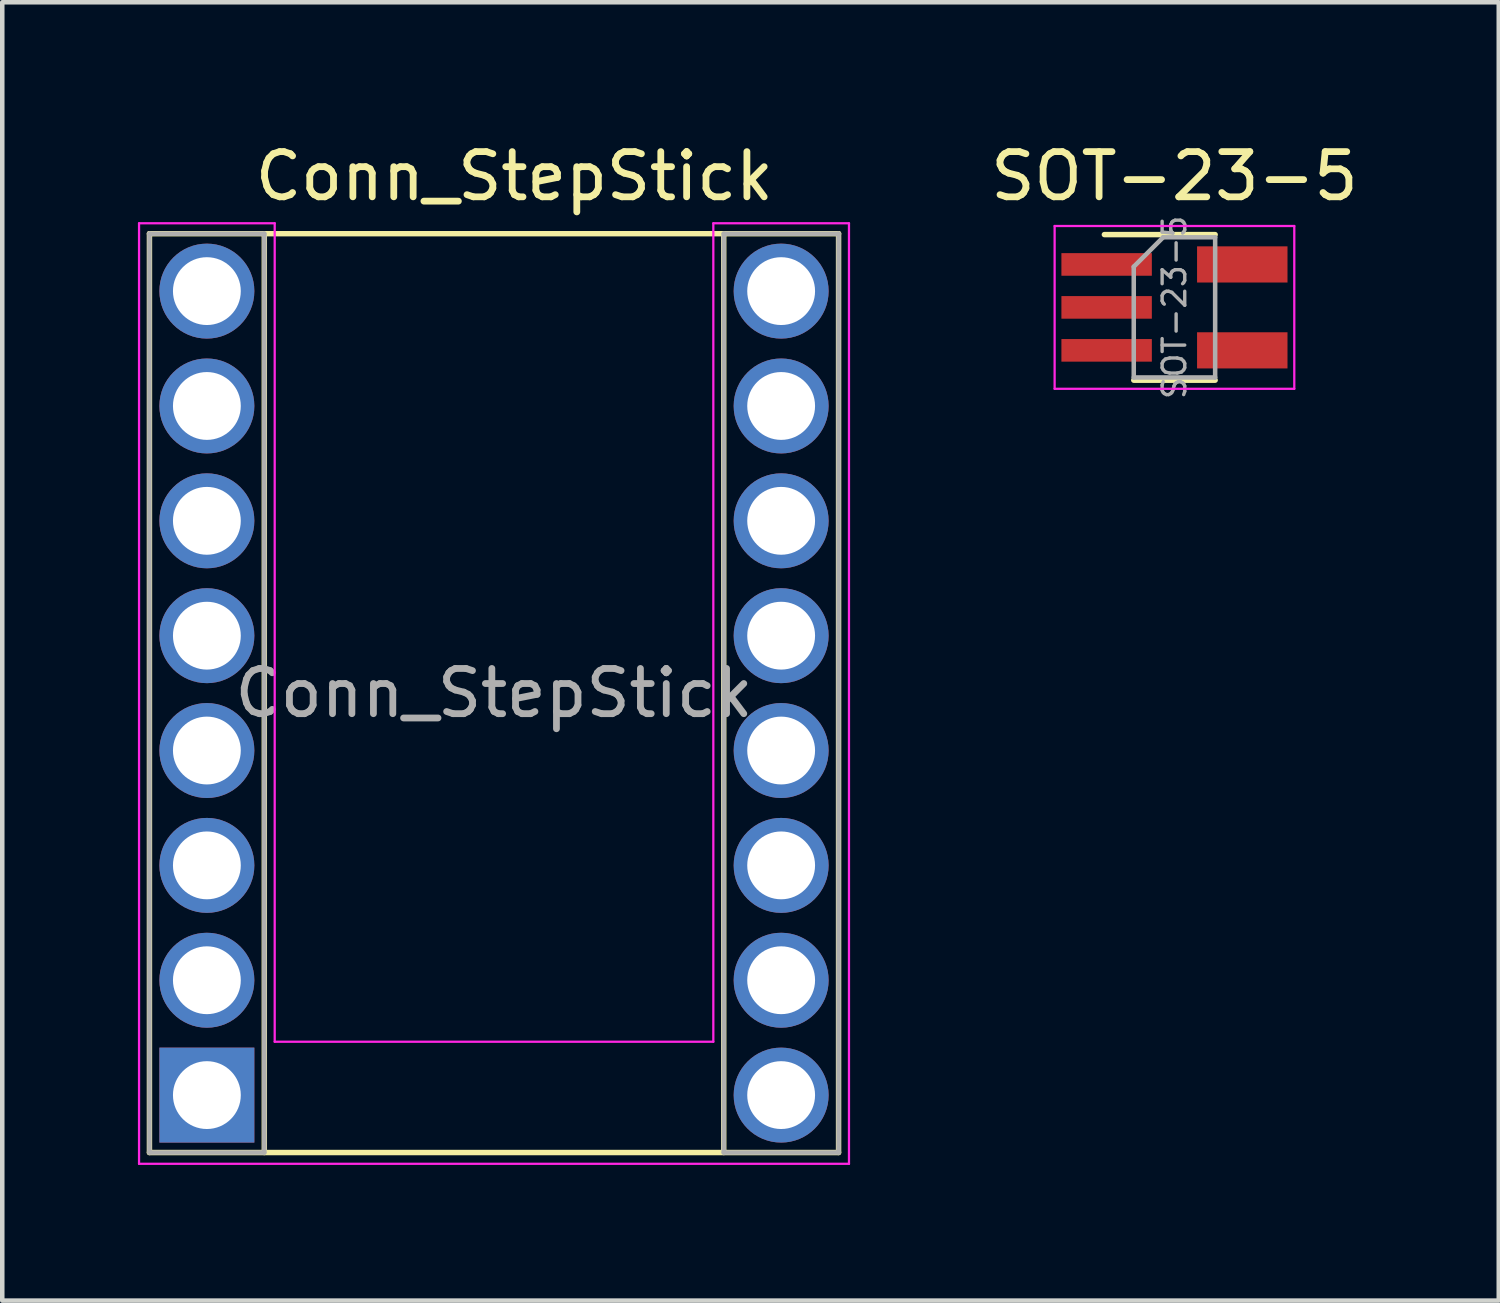
<source format=kicad_pcb>
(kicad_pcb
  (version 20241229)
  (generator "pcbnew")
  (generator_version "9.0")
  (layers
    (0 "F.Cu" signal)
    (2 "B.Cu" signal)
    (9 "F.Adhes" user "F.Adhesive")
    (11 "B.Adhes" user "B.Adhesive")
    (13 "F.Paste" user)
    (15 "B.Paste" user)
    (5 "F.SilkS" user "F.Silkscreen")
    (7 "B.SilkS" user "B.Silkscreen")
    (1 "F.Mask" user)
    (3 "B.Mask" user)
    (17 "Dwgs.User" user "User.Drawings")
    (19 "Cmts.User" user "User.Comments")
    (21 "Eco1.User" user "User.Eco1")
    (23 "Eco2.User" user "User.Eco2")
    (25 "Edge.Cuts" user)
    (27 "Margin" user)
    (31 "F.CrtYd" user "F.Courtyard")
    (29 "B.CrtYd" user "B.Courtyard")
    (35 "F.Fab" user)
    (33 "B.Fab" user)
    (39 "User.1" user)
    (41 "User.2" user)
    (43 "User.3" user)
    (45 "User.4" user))
  (footprint "Conn_StepStick"
    (layer "F.Cu")
    (at 1.525 21.168)
    (property "Reference" "Conn_StepStick" (at 6.8 -20.32 0) (layer "F.SilkS") (effects (font (size 1 1) (thickness 0.15))))
    (attr through_hole)
    (fp_line (start -1.27 -19.05) (end 13.97 -19.05) (stroke (width 0.12) (type solid)) (layer "F.SilkS"))
    (fp_line (start -1.27 1.27) (end -1.27 -19.05) (stroke (width 0.12) (type solid)) (layer "F.SilkS"))
    (fp_line (start 1.27 -19.05) (end 1.27 1.27) (stroke (width 0.12) (type solid)) (layer "F.SilkS"))
    (fp_line (start 11.43 -19.05) (end 11.43 1.27) (stroke (width 0.12) (type solid)) (layer "F.SilkS"))
    (fp_line (start 13.97 -19.05) (end 13.97 1.27) (stroke (width 0.12) (type solid)) (layer "F.SilkS"))
    (fp_line (start 13.97 1.27) (end -1.27 1.27) (stroke (width 0.12) (type solid)) (layer "F.SilkS"))
    (fp_line (start -1.5 -19.28) (end 1.5 -19.28) (stroke (width 0.05) (type solid)) (layer "F.CrtYd"))
    (fp_line (start -1.5 1.52) (end -1.5 -19.28) (stroke (width 0.05) (type solid)) (layer "F.CrtYd"))
    (fp_line (start 1.5 -1.18) (end 1.5 -19.28) (stroke (width 0.05) (type solid)) (layer "F.CrtYd"))
    (fp_line (start 11.2 -19.28) (end 11.2 -1.18) (stroke (width 0.05) (type solid)) (layer "F.CrtYd"))
    (fp_line (start 11.2 -1.18) (end 1.5 -1.18) (stroke (width 0.05) (type solid)) (layer "F.CrtYd"))
    (fp_line (start 14.2 -19.28) (end 11.2 -19.28) (stroke (width 0.05) (type solid)) (layer "F.CrtYd"))
    (fp_line (start 14.2 1.52) (end -1.5 1.52) (stroke (width 0.05) (type solid)) (layer "F.CrtYd"))
    (fp_line (start 14.2 1.52) (end 14.2 -19.28) (stroke (width 0.05) (type solid)) (layer "F.CrtYd"))
    (fp_line (start -1.27 -19.05) (end 1.27 -19.05) (stroke (width 0.1) (type solid)) (layer "F.Fab"))
    (fp_line (start -1.27 1.27) (end -1.27 -19.05) (stroke (width 0.1) (type solid)) (layer "F.Fab"))
    (fp_line (start 1.27 -19.05) (end 1.27 1.27) (stroke (width 0.1) (type solid)) (layer "F.Fab"))
    (fp_line (start 1.27 1.27) (end -1.27 1.27) (stroke (width 0.1) (type solid)) (layer "F.Fab"))
    (fp_line (start 11.43 -19.05) (end 13.97 -19.05) (stroke (width 0.1) (type solid)) (layer "F.Fab"))
    (fp_line (start 11.43 1.27) (end 11.43 -19.05) (stroke (width 0.1) (type solid)) (layer "F.Fab"))
    (fp_line (start 13.97 -19.05) (end 13.97 1.27) (stroke (width 0.1) (type solid)) (layer "F.Fab"))
    (fp_line (start 13.97 1.27) (end 11.43 1.27) (stroke (width 0.1) (type solid)) (layer "F.Fab"))
    (fp_text user "${REFERENCE}" (at 6.35 -8.89 0) (layer "F.Fab") (effects (font (size 1 1) (thickness 0.15))))
    (pad "1" thru_hole rect (at 0 0) (size 2.1 2.1) (drill 1.5) (layers "*.Cu" "*.Mask"))
    (pad "2" thru_hole circle (at 0 -2.54) (size 2.1 2.1) (drill 1.5) (layers "*.Cu" "*.Mask"))
    (pad "3" thru_hole circle (at 0 -5.08) (size 2.1 2.1) (drill 1.5) (layers "*.Cu" "*.Mask"))
    (pad "4" thru_hole circle (at 0 -7.62) (size 2.1 2.1) (drill 1.5) (layers "*.Cu" "*.Mask"))
    (pad "5" thru_hole circle (at 0 -10.16) (size 2.1 2.1) (drill 1.5) (layers "*.Cu" "*.Mask"))
    (pad "6" thru_hole circle (at 0 -12.7) (size 2.1 2.1) (drill 1.5) (layers "*.Cu" "*.Mask"))
    (pad "7" thru_hole circle (at 0 -15.24) (size 2.1 2.1) (drill 1.5) (layers "*.Cu" "*.Mask"))
    (pad "8" thru_hole circle (at 0 -17.78) (size 2.1 2.1) (drill 1.5) (layers "*.Cu" "*.Mask"))
    (pad "9" thru_hole circle (at 12.7 -17.78) (size 2.1 2.1) (drill 1.5) (layers "*.Cu" "*.Mask"))
    (pad "10" thru_hole circle (at 12.7 -15.24) (size 2.1 2.1) (drill 1.5) (layers "*.Cu" "*.Mask"))
    (pad "11" thru_hole circle (at 12.7 -12.7) (size 2.1 2.1) (drill 1.5) (layers "*.Cu" "*.Mask"))
    (pad "12" thru_hole circle (at 12.7 -10.16) (size 2.1 2.1) (drill 1.5) (layers "*.Cu" "*.Mask"))
    (pad "13" thru_hole circle (at 12.7 -7.62) (size 2.1 2.1) (drill 1.5) (layers "*.Cu" "*.Mask"))
    (pad "14" thru_hole circle (at 12.7 -5.08) (size 2.1 2.1) (drill 1.5) (layers "*.Cu" "*.Mask"))
    (pad "15" thru_hole circle (at 12.7 -2.54) (size 2.1 2.1) (drill 1.5) (layers "*.Cu" "*.Mask"))
    (pad "16" thru_hole circle (at 12.7 0) (size 2.1 2.1) (drill 1.5) (layers "*.Cu" "*.Mask")))
  (footprint "SOT-23-5"
    (layer "F.Cu")
    (at 22.923 3.748)
    (property "Reference" "SOT-23-5" (at 0 -2.9 0) (layer "F.SilkS") (effects (font (size 1 1) (thickness 0.15))))
    (attr smd)
    (fp_line (start -0.9 1.61) (end 0.9 1.61) (stroke (width 0.12) (type solid)) (layer "F.SilkS"))
    (fp_line (start 0.9 -1.61) (end -1.55 -1.61) (stroke (width 0.12) (type solid)) (layer "F.SilkS"))
    (fp_line (start -2.65 -1.8) (end -2.65 1.8) (stroke (width 0.05) (type solid)) (layer "F.CrtYd"))
    (fp_line (start -2.65 -1.8) (end 2.65 -1.8) (stroke (width 0.05) (type solid)) (layer "F.CrtYd"))
    (fp_line (start 2.65 1.8) (end -2.65 1.8) (stroke (width 0.05) (type solid)) (layer "F.CrtYd"))
    (fp_line (start 2.65 1.8) (end 2.65 -1.8) (stroke (width 0.05) (type solid)) (layer "F.CrtYd"))
    (fp_line (start -0.9 -0.9) (end -0.9 1.55) (stroke (width 0.1) (type solid)) (layer "F.Fab"))
    (fp_line (start -0.9 -0.9) (end -0.25 -1.55) (stroke (width 0.1) (type solid)) (layer "F.Fab"))
    (fp_line (start 0.9 -1.55) (end -0.25 -1.55) (stroke (width 0.1) (type solid)) (layer "F.Fab"))
    (fp_line (start 0.9 -1.55) (end 0.9 1.55) (stroke (width 0.1) (type solid)) (layer "F.Fab"))
    (fp_line (start 0.9 1.55) (end -0.9 1.55) (stroke (width 0.1) (type solid)) (layer "F.Fab"))
    (fp_text user "${REFERENCE}" (at 0 0 90) (layer "F.Fab") (effects (font (size 0.5 0.5) (thickness 0.075))))
    (pad "1" smd rect (at -1.5 -0.95) (size 2 0.5) (layers "F.Cu" "F.Mask" "F.Paste"))
    (pad "2" smd rect (at -1.5 0) (size 2 0.5) (layers "F.Cu" "F.Mask" "F.Paste"))
    (pad "3" smd rect (at -1.5 0.95) (size 2 0.5) (layers "F.Cu" "F.Mask" "F.Paste"))
    (pad "4" smd rect (at 1.5 0.95) (size 2 0.8) (layers "F.Cu" "F.Mask" "F.Paste"))
    (pad "5" smd rect (at 1.5 -0.95) (size 2 0.8) (layers "F.Cu" "F.Mask" "F.Paste")))
  (gr_rect
    (start -3 -3)
    (end 30.095 25.713)
    (stroke (width 0.1) (type default))
    (fill no)
    (layer "Edge.Cuts")))
</source>
